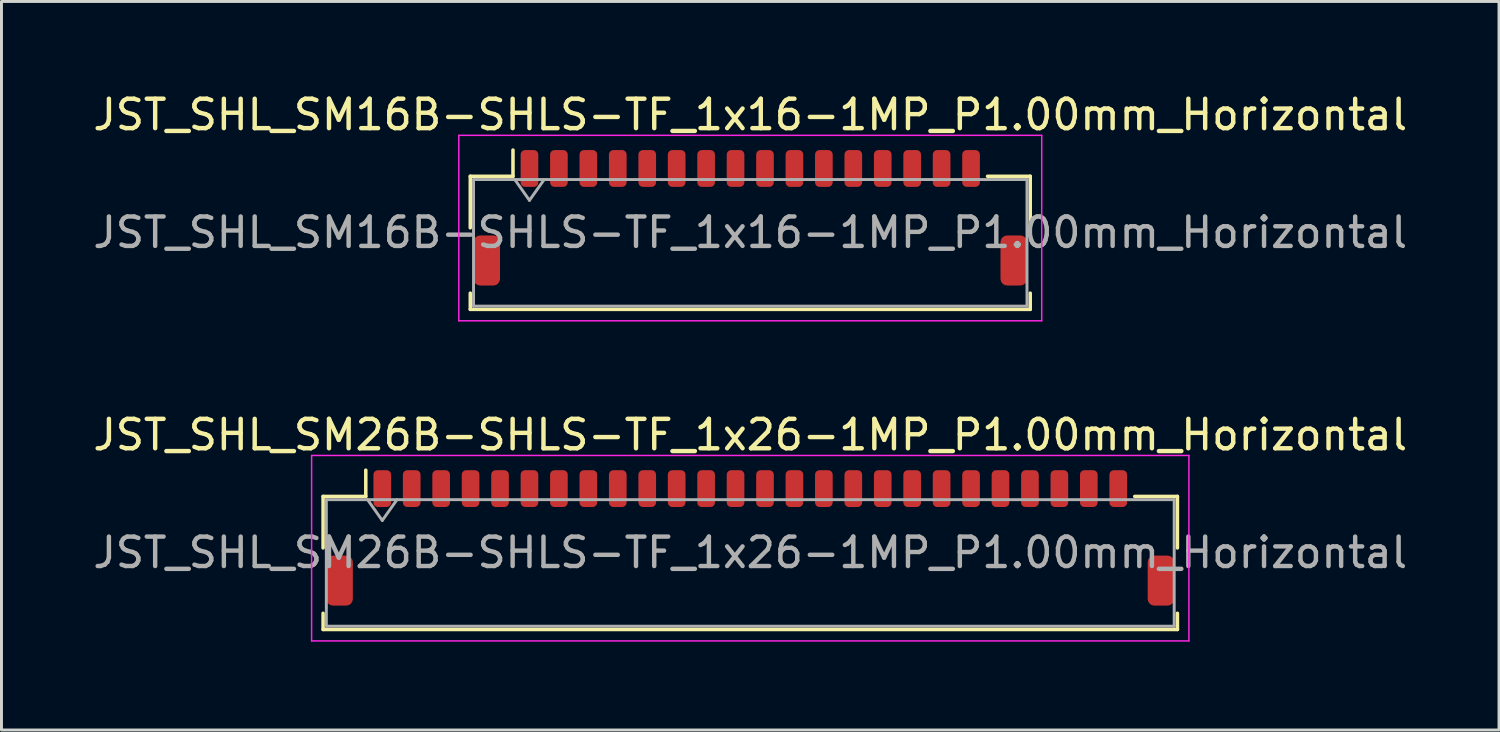
<source format=kicad_pcb>
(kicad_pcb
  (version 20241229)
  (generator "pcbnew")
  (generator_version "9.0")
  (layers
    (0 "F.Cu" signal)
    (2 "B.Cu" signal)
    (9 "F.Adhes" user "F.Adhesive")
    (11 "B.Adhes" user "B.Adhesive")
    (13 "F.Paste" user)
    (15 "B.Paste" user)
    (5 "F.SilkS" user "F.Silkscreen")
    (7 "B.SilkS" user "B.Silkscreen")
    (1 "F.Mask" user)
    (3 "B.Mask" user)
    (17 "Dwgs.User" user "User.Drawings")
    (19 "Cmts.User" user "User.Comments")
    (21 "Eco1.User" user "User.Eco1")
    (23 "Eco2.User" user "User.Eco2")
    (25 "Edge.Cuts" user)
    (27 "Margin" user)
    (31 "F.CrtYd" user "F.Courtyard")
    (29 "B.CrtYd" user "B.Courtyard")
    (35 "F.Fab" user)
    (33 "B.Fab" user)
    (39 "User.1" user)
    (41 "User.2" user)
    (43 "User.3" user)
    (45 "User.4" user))
  (footprint "JST_SHL_SM26B-SHLS-TF_1x26-1MP_P1.00mm_Horizontal"
    (layer "F.Cu")
    (at 22.435 15.222)
    (property "Reference" "JST_SHL_SM26B-SHLS-TF_1x26-1MP_P1.00mm_Horizontal" (at 0 -3.5 0) (layer "F.SilkS") (effects (font (size 1 1) (thickness 0.15))))
    (attr smd)
    (fp_line (start -14.51 -1.41) (end -13.06 -1.41) (stroke (width 0.12) (type solid)) (layer "F.SilkS"))
    (fp_line (start -14.51 0.34) (end -14.51 -1.41) (stroke (width 0.12) (type solid)) (layer "F.SilkS"))
    (fp_line (start -14.51 2.56) (end -14.51 3.11) (stroke (width 0.12) (type solid)) (layer "F.SilkS"))
    (fp_line (start -14.51 3.11) (end 14.51 3.11) (stroke (width 0.12) (type solid)) (layer "F.SilkS"))
    (fp_line (start -13.06 -1.41) (end -13.06 -2.3) (stroke (width 0.12) (type solid)) (layer "F.SilkS"))
    (fp_line (start 14.51 -1.41) (end 13.06 -1.41) (stroke (width 0.12) (type solid)) (layer "F.SilkS"))
    (fp_line (start 14.51 0.34) (end 14.51 -1.41) (stroke (width 0.12) (type solid)) (layer "F.SilkS"))
    (fp_line (start 14.51 3.11) (end 14.51 2.56) (stroke (width 0.12) (type solid)) (layer "F.SilkS"))
    (fp_line (start -14.9 -2.8) (end -14.9 3.5) (stroke (width 0.05) (type solid)) (layer "F.CrtYd"))
    (fp_line (start -14.9 3.5) (end 14.9 3.5) (stroke (width 0.05) (type solid)) (layer "F.CrtYd"))
    (fp_line (start 14.9 -2.8) (end -14.9 -2.8) (stroke (width 0.05) (type solid)) (layer "F.CrtYd"))
    (fp_line (start 14.9 3.5) (end 14.9 -2.8) (stroke (width 0.05) (type solid)) (layer "F.CrtYd"))
    (fp_line (start -14.4 -1.3) (end -14.4 3) (stroke (width 0.1) (type solid)) (layer "F.Fab"))
    (fp_line (start -14.4 -1.3) (end 14.4 -1.3) (stroke (width 0.1) (type solid)) (layer "F.Fab"))
    (fp_line (start -14.4 3) (end 14.4 3) (stroke (width 0.1) (type solid)) (layer "F.Fab"))
    (fp_line (start -13 -1.3) (end -12.5 -0.593) (stroke (width 0.1) (type solid)) (layer "F.Fab"))
    (fp_line (start -12.5 -0.593) (end -12 -1.3) (stroke (width 0.1) (type solid)) (layer "F.Fab"))
    (fp_line (start 14.4 -1.3) (end 14.4 3) (stroke (width 0.1) (type solid)) (layer "F.Fab"))
    (fp_text user "${REFERENCE}" (at 0 0.5 0) (layer "F.Fab") (effects (font (size 1 1) (thickness 0.15))))
    (pad "1" smd roundrect (at -12.5 -1.675) (size 0.6 1.25) (layers "F.Cu" "F.Mask" "F.Paste") (roundrect_rratio 0.25))
    (pad "2" smd roundrect (at -11.5 -1.675) (size 0.6 1.25) (layers "F.Cu" "F.Mask" "F.Paste") (roundrect_rratio 0.25))
    (pad "3" smd roundrect (at -10.5 -1.675) (size 0.6 1.25) (layers "F.Cu" "F.Mask" "F.Paste") (roundrect_rratio 0.25))
    (pad "4" smd roundrect (at -9.5 -1.675) (size 0.6 1.25) (layers "F.Cu" "F.Mask" "F.Paste") (roundrect_rratio 0.25))
    (pad "5" smd roundrect (at -8.5 -1.675) (size 0.6 1.25) (layers "F.Cu" "F.Mask" "F.Paste") (roundrect_rratio 0.25))
    (pad "6" smd roundrect (at -7.5 -1.675) (size 0.6 1.25) (layers "F.Cu" "F.Mask" "F.Paste") (roundrect_rratio 0.25))
    (pad "7" smd roundrect (at -6.5 -1.675) (size 0.6 1.25) (layers "F.Cu" "F.Mask" "F.Paste") (roundrect_rratio 0.25))
    (pad "8" smd roundrect (at -5.5 -1.675) (size 0.6 1.25) (layers "F.Cu" "F.Mask" "F.Paste") (roundrect_rratio 0.25))
    (pad "9" smd roundrect (at -4.5 -1.675) (size 0.6 1.25) (layers "F.Cu" "F.Mask" "F.Paste") (roundrect_rratio 0.25))
    (pad "10" smd roundrect (at -3.5 -1.675) (size 0.6 1.25) (layers "F.Cu" "F.Mask" "F.Paste") (roundrect_rratio 0.25))
    (pad "11" smd roundrect (at -2.5 -1.675) (size 0.6 1.25) (layers "F.Cu" "F.Mask" "F.Paste") (roundrect_rratio 0.25))
    (pad "12" smd roundrect (at -1.5 -1.675) (size 0.6 1.25) (layers "F.Cu" "F.Mask" "F.Paste") (roundrect_rratio 0.25))
    (pad "13" smd roundrect (at -0.5 -1.675) (size 0.6 1.25) (layers "F.Cu" "F.Mask" "F.Paste") (roundrect_rratio 0.25))
    (pad "14" smd roundrect (at 0.5 -1.675) (size 0.6 1.25) (layers "F.Cu" "F.Mask" "F.Paste") (roundrect_rratio 0.25))
    (pad "15" smd roundrect (at 1.5 -1.675) (size 0.6 1.25) (layers "F.Cu" "F.Mask" "F.Paste") (roundrect_rratio 0.25))
    (pad "16" smd roundrect (at 2.5 -1.675) (size 0.6 1.25) (layers "F.Cu" "F.Mask" "F.Paste") (roundrect_rratio 0.25))
    (pad "17" smd roundrect (at 3.5 -1.675) (size 0.6 1.25) (layers "F.Cu" "F.Mask" "F.Paste") (roundrect_rratio 0.25))
    (pad "18" smd roundrect (at 4.5 -1.675) (size 0.6 1.25) (layers "F.Cu" "F.Mask" "F.Paste") (roundrect_rratio 0.25))
    (pad "19" smd roundrect (at 5.5 -1.675) (size 0.6 1.25) (layers "F.Cu" "F.Mask" "F.Paste") (roundrect_rratio 0.25))
    (pad "20" smd roundrect (at 6.5 -1.675) (size 0.6 1.25) (layers "F.Cu" "F.Mask" "F.Paste") (roundrect_rratio 0.25))
    (pad "21" smd roundrect (at 7.5 -1.675) (size 0.6 1.25) (layers "F.Cu" "F.Mask" "F.Paste") (roundrect_rratio 0.25))
    (pad "22" smd roundrect (at 8.5 -1.675) (size 0.6 1.25) (layers "F.Cu" "F.Mask" "F.Paste") (roundrect_rratio 0.25))
    (pad "23" smd roundrect (at 9.5 -1.675) (size 0.6 1.25) (layers "F.Cu" "F.Mask" "F.Paste") (roundrect_rratio 0.25))
    (pad "24" smd roundrect (at 10.5 -1.675) (size 0.6 1.25) (layers "F.Cu" "F.Mask" "F.Paste") (roundrect_rratio 0.25))
    (pad "25" smd roundrect (at 11.5 -1.675) (size 0.6 1.25) (layers "F.Cu" "F.Mask" "F.Paste") (roundrect_rratio 0.25))
    (pad "26" smd roundrect (at 12.5 -1.675) (size 0.6 1.25) (layers "F.Cu" "F.Mask" "F.Paste") (roundrect_rratio 0.25))
    (pad "MP" smd roundrect (at -13.95 1.45) (size 0.9 1.7) (layers "F.Cu" "F.Mask" "F.Paste") (roundrect_rratio 0.25))
    (pad "MP" smd roundrect (at 13.95 1.45) (size 0.9 1.7) (layers "F.Cu" "F.Mask" "F.Paste") (roundrect_rratio 0.25)))
  (footprint "JST_SHL_SM16B-SHLS-TF_1x16-1MP_P1.00mm_Horizontal"
    (layer "F.Cu")
    (at 22.435 4.348)
    (property "Reference" "JST_SHL_SM16B-SHLS-TF_1x16-1MP_P1.00mm_Horizontal" (at 0 -3.5 0) (layer "F.SilkS") (effects (font (size 1 1) (thickness 0.15))))
    (attr smd)
    (fp_line (start -9.51 -1.41) (end -8.06 -1.41) (stroke (width 0.12) (type solid)) (layer "F.SilkS"))
    (fp_line (start -9.51 0.34) (end -9.51 -1.41) (stroke (width 0.12) (type solid)) (layer "F.SilkS"))
    (fp_line (start -9.51 2.56) (end -9.51 3.11) (stroke (width 0.12) (type solid)) (layer "F.SilkS"))
    (fp_line (start -9.51 3.11) (end 9.51 3.11) (stroke (width 0.12) (type solid)) (layer "F.SilkS"))
    (fp_line (start -8.06 -1.41) (end -8.06 -2.3) (stroke (width 0.12) (type solid)) (layer "F.SilkS"))
    (fp_line (start 9.51 -1.41) (end 8.06 -1.41) (stroke (width 0.12) (type solid)) (layer "F.SilkS"))
    (fp_line (start 9.51 0.34) (end 9.51 -1.41) (stroke (width 0.12) (type solid)) (layer "F.SilkS"))
    (fp_line (start 9.51 3.11) (end 9.51 2.56) (stroke (width 0.12) (type solid)) (layer "F.SilkS"))
    (fp_line (start -9.9 -2.8) (end -9.9 3.5) (stroke (width 0.05) (type solid)) (layer "F.CrtYd"))
    (fp_line (start -9.9 3.5) (end 9.9 3.5) (stroke (width 0.05) (type solid)) (layer "F.CrtYd"))
    (fp_line (start 9.9 -2.8) (end -9.9 -2.8) (stroke (width 0.05) (type solid)) (layer "F.CrtYd"))
    (fp_line (start 9.9 3.5) (end 9.9 -2.8) (stroke (width 0.05) (type solid)) (layer "F.CrtYd"))
    (fp_line (start -9.4 -1.3) (end -9.4 3) (stroke (width 0.1) (type solid)) (layer "F.Fab"))
    (fp_line (start -9.4 -1.3) (end 9.4 -1.3) (stroke (width 0.1) (type solid)) (layer "F.Fab"))
    (fp_line (start -9.4 3) (end 9.4 3) (stroke (width 0.1) (type solid)) (layer "F.Fab"))
    (fp_line (start -8 -1.3) (end -7.5 -0.593) (stroke (width 0.1) (type solid)) (layer "F.Fab"))
    (fp_line (start -7.5 -0.593) (end -7 -1.3) (stroke (width 0.1) (type solid)) (layer "F.Fab"))
    (fp_line (start 9.4 -1.3) (end 9.4 3) (stroke (width 0.1) (type solid)) (layer "F.Fab"))
    (fp_text user "${REFERENCE}" (at 0 0.5 0) (layer "F.Fab") (effects (font (size 1 1) (thickness 0.15))))
    (pad "1" smd roundrect (at -7.5 -1.675) (size 0.6 1.25) (layers "F.Cu" "F.Mask" "F.Paste") (roundrect_rratio 0.25))
    (pad "2" smd roundrect (at -6.5 -1.675) (size 0.6 1.25) (layers "F.Cu" "F.Mask" "F.Paste") (roundrect_rratio 0.25))
    (pad "3" smd roundrect (at -5.5 -1.675) (size 0.6 1.25) (layers "F.Cu" "F.Mask" "F.Paste") (roundrect_rratio 0.25))
    (pad "4" smd roundrect (at -4.5 -1.675) (size 0.6 1.25) (layers "F.Cu" "F.Mask" "F.Paste") (roundrect_rratio 0.25))
    (pad "5" smd roundrect (at -3.5 -1.675) (size 0.6 1.25) (layers "F.Cu" "F.Mask" "F.Paste") (roundrect_rratio 0.25))
    (pad "6" smd roundrect (at -2.5 -1.675) (size 0.6 1.25) (layers "F.Cu" "F.Mask" "F.Paste") (roundrect_rratio 0.25))
    (pad "7" smd roundrect (at -1.5 -1.675) (size 0.6 1.25) (layers "F.Cu" "F.Mask" "F.Paste") (roundrect_rratio 0.25))
    (pad "8" smd roundrect (at -0.5 -1.675) (size 0.6 1.25) (layers "F.Cu" "F.Mask" "F.Paste") (roundrect_rratio 0.25))
    (pad "9" smd roundrect (at 0.5 -1.675) (size 0.6 1.25) (layers "F.Cu" "F.Mask" "F.Paste") (roundrect_rratio 0.25))
    (pad "10" smd roundrect (at 1.5 -1.675) (size 0.6 1.25) (layers "F.Cu" "F.Mask" "F.Paste") (roundrect_rratio 0.25))
    (pad "11" smd roundrect (at 2.5 -1.675) (size 0.6 1.25) (layers "F.Cu" "F.Mask" "F.Paste") (roundrect_rratio 0.25))
    (pad "12" smd roundrect (at 3.5 -1.675) (size 0.6 1.25) (layers "F.Cu" "F.Mask" "F.Paste") (roundrect_rratio 0.25))
    (pad "13" smd roundrect (at 4.5 -1.675) (size 0.6 1.25) (layers "F.Cu" "F.Mask" "F.Paste") (roundrect_rratio 0.25))
    (pad "14" smd roundrect (at 5.5 -1.675) (size 0.6 1.25) (layers "F.Cu" "F.Mask" "F.Paste") (roundrect_rratio 0.25))
    (pad "15" smd roundrect (at 6.5 -1.675) (size 0.6 1.25) (layers "F.Cu" "F.Mask" "F.Paste") (roundrect_rratio 0.25))
    (pad "16" smd roundrect (at 7.5 -1.675) (size 0.6 1.25) (layers "F.Cu" "F.Mask" "F.Paste") (roundrect_rratio 0.25))
    (pad "MP" smd roundrect (at -8.95 1.45) (size 0.9 1.7) (layers "F.Cu" "F.Mask" "F.Paste") (roundrect_rratio 0.25))
    (pad "MP" smd roundrect (at 8.95 1.45) (size 0.9 1.7) (layers "F.Cu" "F.Mask" "F.Paste") (roundrect_rratio 0.25)))
  (gr_rect
    (start -3 -3)
    (end 47.869 21.747)
    (stroke (width 0.1) (type default))
    (fill no)
    (layer "Edge.Cuts")))
</source>
